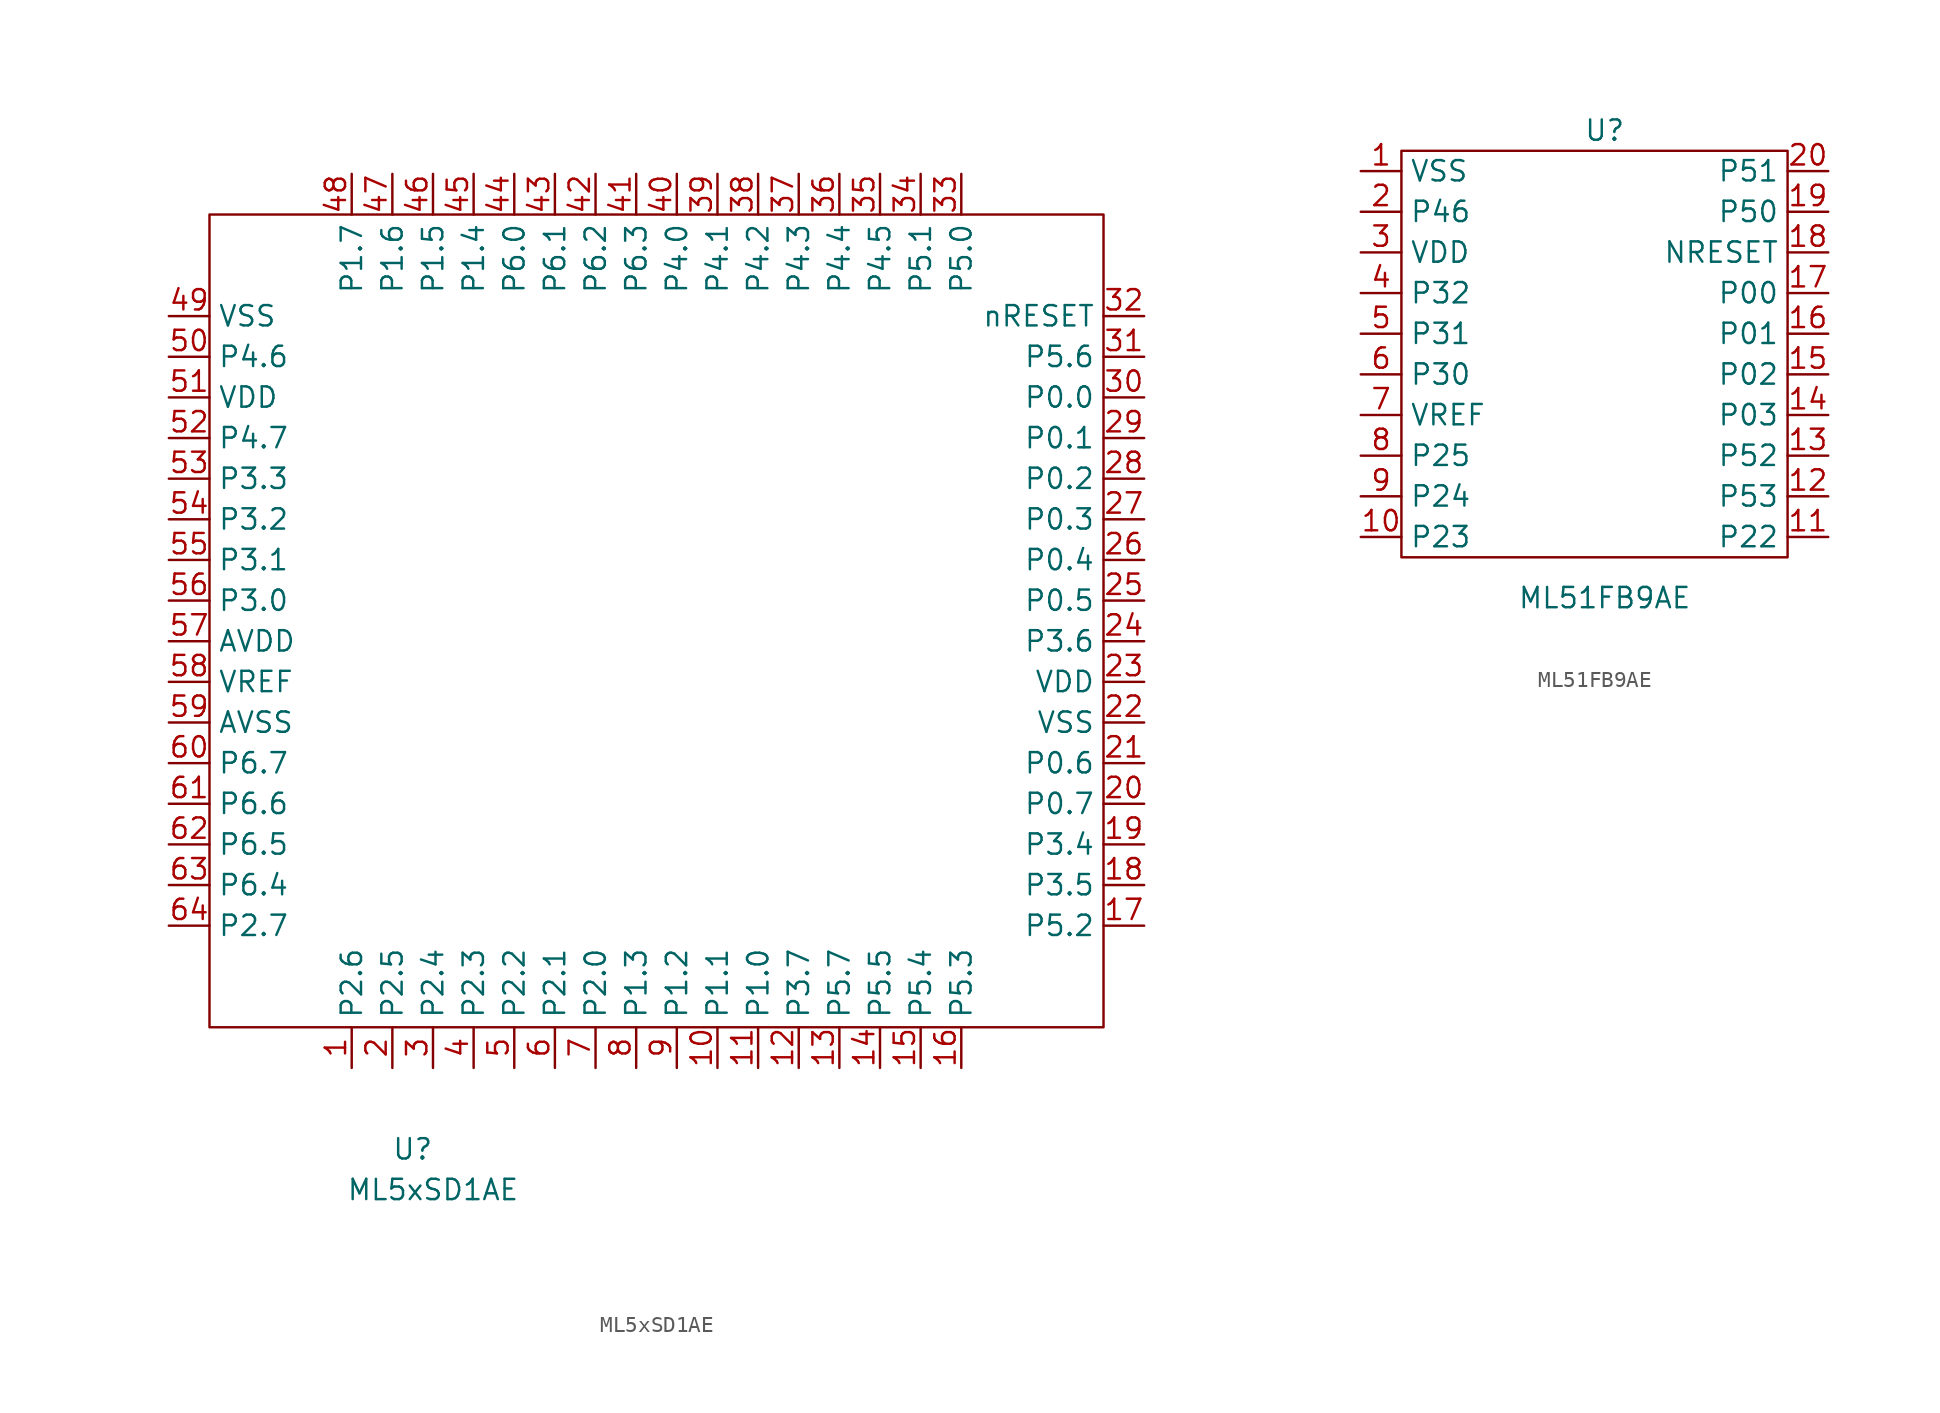
<source format=kicad_sym>
(kicad_symbol_lib
  (version 20220914)
  (generator kicad_symbol_editor)
  (symbol "ML5xSD1AE"
    (property "Reference" "U"
      (at 12.7 -7.62 0)
      (effects (font (size 1.27 1.27))))
    (property "Value" "ML5xSD1AE"
      (at 13.97 -10.16 0)
      (effects (font (size 1.27 1.27))))
    (symbol "ML5xSD1AE_0_1"
      (rectangle (start 0 50.8) (end 55.88 0) (stroke (width 0) (type default)) (fill (type none))))
    (symbol "ML5xSD1AE_1_1"
      (pin bidirectional line (at 8.89 -2.54 90) (length 2.54) (name "P2.6" (effects (font (size 1.27 1.27)))) (number "1" (effects (font (size 1.27 1.27)))))
      (pin bidirectional line (at 31.75 -2.54 90) (length 2.54) (name "P1.1" (effects (font (size 1.27 1.27)))) (number "10" (effects (font (size 1.27 1.27)))))
      (pin bidirectional line (at 34.29 -2.54 90) (length 2.54) (name "P1.0" (effects (font (size 1.27 1.27)))) (number "11" (effects (font (size 1.27 1.27)))))
      (pin bidirectional line (at 36.83 -2.54 90) (length 2.54) (name "P3.7" (effects (font (size 1.27 1.27)))) (number "12" (effects (font (size 1.27 1.27)))))
      (pin bidirectional line (at 39.37 -2.54 90) (length 2.54) (name "P5.7" (effects (font (size 1.27 1.27)))) (number "13" (effects (font (size 1.27 1.27)))))
      (pin bidirectional line (at 41.91 -2.54 90) (length 2.54) (name "P5.5" (effects (font (size 1.27 1.27)))) (number "14" (effects (font (size 1.27 1.27)))))
      (pin bidirectional line (at 44.45 -2.54 90) (length 2.54) (name "P5.4" (effects (font (size 1.27 1.27)))) (number "15" (effects (font (size 1.27 1.27)))))
      (pin bidirectional line (at 46.99 -2.54 90) (length 2.54) (name "P5.3" (effects (font (size 1.27 1.27)))) (number "16" (effects (font (size 1.27 1.27)))))
      (pin bidirectional line (at 58.42 6.35 180) (length 2.54) (name "P5.2" (effects (font (size 1.27 1.27)))) (number "17" (effects (font (size 1.27 1.27)))))
      (pin bidirectional line (at 58.42 8.89 180) (length 2.54) (name "P3.5" (effects (font (size 1.27 1.27)))) (number "18" (effects (font (size 1.27 1.27)))))
      (pin bidirectional line (at 58.42 11.43 180) (length 2.54) (name "P3.4" (effects (font (size 1.27 1.27)))) (number "19" (effects (font (size 1.27 1.27)))))
      (pin bidirectional line (at 11.43 -2.54 90) (length 2.54) (name "P2.5" (effects (font (size 1.27 1.27)))) (number "2" (effects (font (size 1.27 1.27)))))
      (pin bidirectional line (at 58.42 13.97 180) (length 2.54) (name "P0.7" (effects (font (size 1.27 1.27)))) (number "20" (effects (font (size 1.27 1.27)))))
      (pin bidirectional line (at 58.42 16.51 180) (length 2.54) (name "P0.6" (effects (font (size 1.27 1.27)))) (number "21" (effects (font (size 1.27 1.27)))))
      (pin bidirectional line (at 58.42 19.05 180) (length 2.54) (name "VSS" (effects (font (size 1.27 1.27)))) (number "22" (effects (font (size 1.27 1.27)))))
      (pin bidirectional line (at 58.42 21.59 180) (length 2.54) (name "VDD" (effects (font (size 1.27 1.27)))) (number "23" (effects (font (size 1.27 1.27)))))
      (pin bidirectional line (at 58.42 24.13 180) (length 2.54) (name "P3.6" (effects (font (size 1.27 1.27)))) (number "24" (effects (font (size 1.27 1.27)))))
      (pin bidirectional line (at 58.42 26.67 180) (length 2.54) (name "P0.5" (effects (font (size 1.27 1.27)))) (number "25" (effects (font (size 1.27 1.27)))))
      (pin bidirectional line (at 58.42 29.21 180) (length 2.54) (name "P0.4" (effects (font (size 1.27 1.27)))) (number "26" (effects (font (size 1.27 1.27)))))
      (pin bidirectional line (at 58.42 31.75 180) (length 2.54) (name "P0.3" (effects (font (size 1.27 1.27)))) (number "27" (effects (font (size 1.27 1.27)))))
      (pin bidirectional line (at 58.42 34.29 180) (length 2.54) (name "P0.2" (effects (font (size 1.27 1.27)))) (number "28" (effects (font (size 1.27 1.27)))))
      (pin bidirectional line (at 58.42 36.83 180) (length 2.54) (name "P0.1" (effects (font (size 1.27 1.27)))) (number "29" (effects (font (size 1.27 1.27)))))
      (pin bidirectional line (at 13.97 -2.54 90) (length 2.54) (name "P2.4" (effects (font (size 1.27 1.27)))) (number "3" (effects (font (size 1.27 1.27)))))
      (pin bidirectional line (at 58.42 39.37 180) (length 2.54) (name "P0.0" (effects (font (size 1.27 1.27)))) (number "30" (effects (font (size 1.27 1.27)))))
      (pin bidirectional line (at 58.42 41.91 180) (length 2.54) (name "P5.6" (effects (font (size 1.27 1.27)))) (number "31" (effects (font (size 1.27 1.27)))))
      (pin bidirectional line (at 58.42 44.45 180) (length 2.54) (name "nRESET" (effects (font (size 1.27 1.27)))) (number "32" (effects (font (size 1.27 1.27)))))
      (pin bidirectional line (at 46.99 53.34 270) (length 2.54) (name "P5.0" (effects (font (size 1.27 1.27)))) (number "33" (effects (font (size 1.27 1.27)))))
      (pin bidirectional line (at 44.45 53.34 270) (length 2.54) (name "P5.1" (effects (font (size 1.27 1.27)))) (number "34" (effects (font (size 1.27 1.27)))))
      (pin bidirectional line (at 41.91 53.34 270) (length 2.54) (name "P4.5" (effects (font (size 1.27 1.27)))) (number "35" (effects (font (size 1.27 1.27)))))
      (pin bidirectional line (at 39.37 53.34 270) (length 2.54) (name "P4.4" (effects (font (size 1.27 1.27)))) (number "36" (effects (font (size 1.27 1.27)))))
      (pin bidirectional line (at 36.83 53.34 270) (length 2.54) (name "P4.3" (effects (font (size 1.27 1.27)))) (number "37" (effects (font (size 1.27 1.27)))))
      (pin bidirectional line (at 34.29 53.34 270) (length 2.54) (name "P4.2" (effects (font (size 1.27 1.27)))) (number "38" (effects (font (size 1.27 1.27)))))
      (pin bidirectional line (at 31.75 53.34 270) (length 2.54) (name "P4.1" (effects (font (size 1.27 1.27)))) (number "39" (effects (font (size 1.27 1.27)))))
      (pin bidirectional line (at 16.51 -2.54 90) (length 2.54) (name "P2.3" (effects (font (size 1.27 1.27)))) (number "4" (effects (font (size 1.27 1.27)))))
      (pin bidirectional line (at 29.21 53.34 270) (length 2.54) (name "P4.0" (effects (font (size 1.27 1.27)))) (number "40" (effects (font (size 1.27 1.27)))))
      (pin bidirectional line (at 26.67 53.34 270) (length 2.54) (name "P6.3" (effects (font (size 1.27 1.27)))) (number "41" (effects (font (size 1.27 1.27)))))
      (pin bidirectional line (at 24.13 53.34 270) (length 2.54) (name "P6.2" (effects (font (size 1.27 1.27)))) (number "42" (effects (font (size 1.27 1.27)))))
      (pin bidirectional line (at 21.59 53.34 270) (length 2.54) (name "P6.1" (effects (font (size 1.27 1.27)))) (number "43" (effects (font (size 1.27 1.27)))))
      (pin bidirectional line (at 19.05 53.34 270) (length 2.54) (name "P6.0" (effects (font (size 1.27 1.27)))) (number "44" (effects (font (size 1.27 1.27)))))
      (pin bidirectional line (at 16.51 53.34 270) (length 2.54) (name "P1.4" (effects (font (size 1.27 1.27)))) (number "45" (effects (font (size 1.27 1.27)))))
      (pin bidirectional line (at 13.97 53.34 270) (length 2.54) (name "P1.5" (effects (font (size 1.27 1.27)))) (number "46" (effects (font (size 1.27 1.27)))))
      (pin bidirectional line (at 11.43 53.34 270) (length 2.54) (name "P1.6" (effects (font (size 1.27 1.27)))) (number "47" (effects (font (size 1.27 1.27)))))
      (pin bidirectional line (at 8.89 53.34 270) (length 2.54) (name "P1.7" (effects (font (size 1.27 1.27)))) (number "48" (effects (font (size 1.27 1.27)))))
      (pin bidirectional line (at -2.54 44.45 0) (length 2.54) (name "VSS" (effects (font (size 1.27 1.27)))) (number "49" (effects (font (size 1.27 1.27)))))
      (pin bidirectional line (at 19.05 -2.54 90) (length 2.54) (name "P2.2" (effects (font (size 1.27 1.27)))) (number "5" (effects (font (size 1.27 1.27)))))
      (pin bidirectional line (at -2.54 41.91 0) (length 2.54) (name "P4.6" (effects (font (size 1.27 1.27)))) (number "50" (effects (font (size 1.27 1.27)))))
      (pin bidirectional line (at -2.54 39.37 0) (length 2.54) (name "VDD" (effects (font (size 1.27 1.27)))) (number "51" (effects (font (size 1.27 1.27)))))
      (pin bidirectional line (at -2.54 36.83 0) (length 2.54) (name "P4.7" (effects (font (size 1.27 1.27)))) (number "52" (effects (font (size 1.27 1.27)))))
      (pin bidirectional line (at -2.54 34.29 0) (length 2.54) (name "P3.3" (effects (font (size 1.27 1.27)))) (number "53" (effects (font (size 1.27 1.27)))))
      (pin bidirectional line (at -2.54 31.75 0) (length 2.54) (name "P3.2" (effects (font (size 1.27 1.27)))) (number "54" (effects (font (size 1.27 1.27)))))
      (pin bidirectional line (at -2.54 29.21 0) (length 2.54) (name "P3.1" (effects (font (size 1.27 1.27)))) (number "55" (effects (font (size 1.27 1.27)))))
      (pin bidirectional line (at -2.54 26.67 0) (length 2.54) (name "P3.0" (effects (font (size 1.27 1.27)))) (number "56" (effects (font (size 1.27 1.27)))))
      (pin bidirectional line (at -2.54 24.13 0) (length 2.54) (name "AVDD" (effects (font (size 1.27 1.27)))) (number "57" (effects (font (size 1.27 1.27)))))
      (pin bidirectional line (at -2.54 21.59 0) (length 2.54) (name "VREF" (effects (font (size 1.27 1.27)))) (number "58" (effects (font (size 1.27 1.27)))))
      (pin bidirectional line (at -2.54 19.05 0) (length 2.54) (name "AVSS" (effects (font (size 1.27 1.27)))) (number "59" (effects (font (size 1.27 1.27)))))
      (pin bidirectional line (at 21.59 -2.54 90) (length 2.54) (name "P2.1" (effects (font (size 1.27 1.27)))) (number "6" (effects (font (size 1.27 1.27)))))
      (pin bidirectional line (at -2.54 16.51 0) (length 2.54) (name "P6.7" (effects (font (size 1.27 1.27)))) (number "60" (effects (font (size 1.27 1.27)))))
      (pin bidirectional line (at -2.54 13.97 0) (length 2.54) (name "P6.6" (effects (font (size 1.27 1.27)))) (number "61" (effects (font (size 1.27 1.27)))))
      (pin bidirectional line (at -2.54 11.43 0) (length 2.54) (name "P6.5" (effects (font (size 1.27 1.27)))) (number "62" (effects (font (size 1.27 1.27)))))
      (pin bidirectional line (at -2.54 8.89 0) (length 2.54) (name "P6.4" (effects (font (size 1.27 1.27)))) (number "63" (effects (font (size 1.27 1.27)))))
      (pin bidirectional line (at -2.54 6.35 0) (length 2.54) (name "P2.7" (effects (font (size 1.27 1.27)))) (number "64" (effects (font (size 1.27 1.27)))))
      (pin bidirectional line (at 24.13 -2.54 90) (length 2.54) (name "P2.0" (effects (font (size 1.27 1.27)))) (number "7" (effects (font (size 1.27 1.27)))))
      (pin bidirectional line (at 26.67 -2.54 90) (length 2.54) (name "P1.3" (effects (font (size 1.27 1.27)))) (number "8" (effects (font (size 1.27 1.27)))))
      (pin bidirectional line (at 29.21 -2.54 90) (length 2.54) (name "P1.2" (effects (font (size 1.27 1.27)))) (number "9" (effects (font (size 1.27 1.27)))))))
  (symbol "ML51FB9AE"
    (property "Reference" "U"
      (at 12.7 26.67 0)
      (effects (font (size 1.27 1.27))))
    (property "Value" "ML51FB9AE"
      (at 12.7 -2.54 0)
      (effects (font (size 1.27 1.27))))
    (symbol "ML51FB9AE_0_1"
      (rectangle (start 0 25.4) (end 24.13 0) (stroke (width 0) (type default)) (fill (type none))))
    (symbol "ML51FB9AE_1_1"
      (pin free line (at -2.54 24.13 0) (length 2.54) (name "VSS" (effects (font (size 1.27 1.27)))) (number "1" (effects (font (size 1.27 1.27)))))
      (pin free line (at -2.54 1.27 0) (length 2.54) (name "P23" (effects (font (size 1.27 1.27)))) (number "10" (effects (font (size 1.27 1.27)))))
      (pin free line (at 26.67 1.27 180) (length 2.54) (name "P22" (effects (font (size 1.27 1.27)))) (number "11" (effects (font (size 1.27 1.27)))))
      (pin free line (at 26.67 3.81 180) (length 2.54) (name "P53" (effects (font (size 1.27 1.27)))) (number "12" (effects (font (size 1.27 1.27)))))
      (pin free line (at 26.67 6.35 180) (length 2.54) (name "P52" (effects (font (size 1.27 1.27)))) (number "13" (effects (font (size 1.27 1.27)))))
      (pin free line (at 26.67 8.89 180) (length 2.54) (name "P03" (effects (font (size 1.27 1.27)))) (number "14" (effects (font (size 1.27 1.27)))))
      (pin free line (at 26.67 11.43 180) (length 2.54) (name "P02" (effects (font (size 1.27 1.27)))) (number "15" (effects (font (size 1.27 1.27)))))
      (pin free line (at 26.67 13.97 180) (length 2.54) (name "P01" (effects (font (size 1.27 1.27)))) (number "16" (effects (font (size 1.27 1.27)))))
      (pin free line (at 26.67 16.51 180) (length 2.54) (name "P00" (effects (font (size 1.27 1.27)))) (number "17" (effects (font (size 1.27 1.27)))))
      (pin free line (at 26.67 19.05 180) (length 2.54) (name "NRESET" (effects (font (size 1.27 1.27)))) (number "18" (effects (font (size 1.27 1.27)))))
      (pin free line (at 26.67 21.59 180) (length 2.54) (name "P50" (effects (font (size 1.27 1.27)))) (number "19" (effects (font (size 1.27 1.27)))))
      (pin free line (at -2.54 21.59 0) (length 2.54) (name "P46" (effects (font (size 1.27 1.27)))) (number "2" (effects (font (size 1.27 1.27)))))
      (pin free line (at 26.67 24.13 180) (length 2.54) (name "P51" (effects (font (size 1.27 1.27)))) (number "20" (effects (font (size 1.27 1.27)))))
      (pin free line (at -2.54 19.05 0) (length 2.54) (name "VDD" (effects (font (size 1.27 1.27)))) (number "3" (effects (font (size 1.27 1.27)))))
      (pin free line (at -2.54 16.51 0) (length 2.54) (name "P32" (effects (font (size 1.27 1.27)))) (number "4" (effects (font (size 1.27 1.27)))))
      (pin free line (at -2.54 13.97 0) (length 2.54) (name "P31" (effects (font (size 1.27 1.27)))) (number "5" (effects (font (size 1.27 1.27)))))
      (pin free line (at -2.54 11.43 0) (length 2.54) (name "P30" (effects (font (size 1.27 1.27)))) (number "6" (effects (font (size 1.27 1.27)))))
      (pin free line (at -2.54 8.89 0) (length 2.54) (name "VREF" (effects (font (size 1.27 1.27)))) (number "7" (effects (font (size 1.27 1.27)))))
      (pin free line (at -2.54 6.35 0) (length 2.54) (name "P25" (effects (font (size 1.27 1.27)))) (number "8" (effects (font (size 1.27 1.27)))))
      (pin free line (at -2.54 3.81 0) (length 2.54) (name "P24" (effects (font (size 1.27 1.27)))) (number "9" (effects (font (size 1.27 1.27))))))))
</source>
